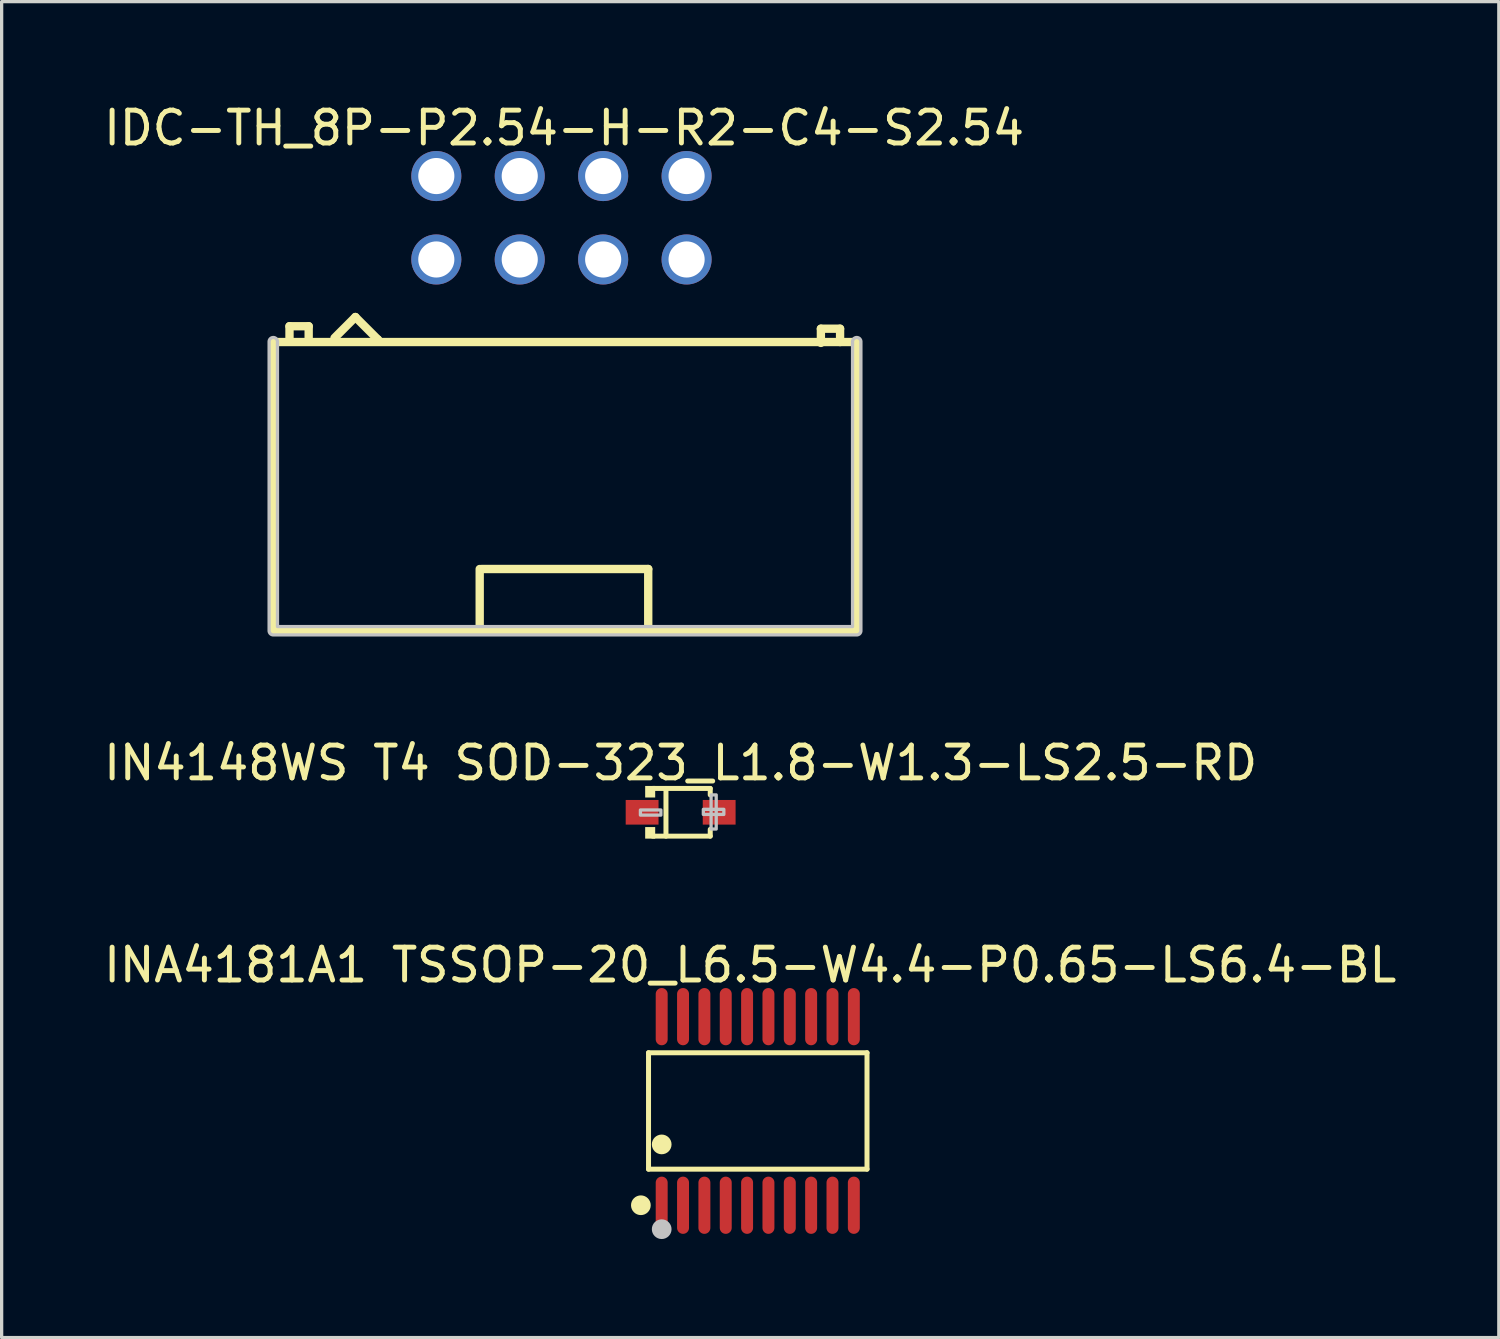
<source format=kicad_pcb>
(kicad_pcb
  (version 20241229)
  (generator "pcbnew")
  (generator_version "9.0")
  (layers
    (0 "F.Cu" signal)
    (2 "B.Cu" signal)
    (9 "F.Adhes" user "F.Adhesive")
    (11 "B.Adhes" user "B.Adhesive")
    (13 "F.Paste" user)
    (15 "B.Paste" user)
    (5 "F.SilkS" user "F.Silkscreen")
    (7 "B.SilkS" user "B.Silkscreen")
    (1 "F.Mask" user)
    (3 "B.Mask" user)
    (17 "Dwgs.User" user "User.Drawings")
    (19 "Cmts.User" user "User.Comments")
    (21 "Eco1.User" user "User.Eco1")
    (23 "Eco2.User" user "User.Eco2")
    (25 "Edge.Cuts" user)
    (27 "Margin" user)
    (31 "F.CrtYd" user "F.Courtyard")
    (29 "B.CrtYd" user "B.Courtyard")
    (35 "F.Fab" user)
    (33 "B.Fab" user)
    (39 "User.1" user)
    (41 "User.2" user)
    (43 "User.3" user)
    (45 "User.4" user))
  (footprint "INA4181A1 TSSOP-20_L6.5-W4.4-P0.65-LS6.4-BL"
    (layer "F.Cu")
    (at 20.021 30.774)
    (property "Reference" "INA4181A1 TSSOP-20_L6.5-W4.4-P0.65-LS6.4-BL" (at -0.229 -4.442 0) (unlocked yes) (layer "F.SilkS") (effects (font (size 1 1) (thickness 0.15))))
    (fp_line (start -3.326 -1.772) (end 3.326 -1.772) (stroke (width 0.152) (type default)) (layer "F.SilkS"))
    (fp_line (start -3.326 1.772) (end -3.326 -1.772) (stroke (width 0.152) (type default)) (layer "F.SilkS"))
    (fp_line (start 3.326 -1.772) (end 3.326 1.772) (stroke (width 0.152) (type default)) (layer "F.SilkS"))
    (fp_line (start 3.326 1.772) (end -3.326 1.772) (stroke (width 0.152) (type default)) (layer "F.SilkS"))
    (fp_circle (center -3.559 2.871) (end -3.409 2.871) (stroke (width 0.3) (type default)) (fill no) (layer "F.SilkS"))
    (fp_circle (center -2.925 1.019) (end -2.775 1.019) (stroke (width 0.3) (type default)) (fill no) (layer "F.SilkS"))
    (fp_circle (center -2.925 3.6) (end -2.775 3.6) (stroke (width 0.3) (type default)) (fill no) (layer "Dwgs.User"))
    (fp_poly (pts (xy -3.055 -3.2) (xy -3.055 -2.6) (xy -2.795 -2.6) (xy -2.795 -3.2)) (stroke (width 0.1) (type default)) (fill no) (layer "User.1"))
    (fp_poly (pts (xy -3.055 -2.61) (xy -3.055 -2.19) (xy -2.795 -2.19) (xy -2.795 -2.61)) (stroke (width 0.1) (type default)) (fill no) (layer "User.1"))
    (fp_poly (pts (xy -3.055 2.61) (xy -3.055 2.19) (xy -2.795 2.19) (xy -2.795 2.61)) (stroke (width 0.1) (type default)) (fill no) (layer "User.1"))
    (fp_poly (pts (xy -3.055 3.2) (xy -3.055 2.6) (xy -2.795 2.6) (xy -2.795 3.2)) (stroke (width 0.1) (type default)) (fill no) (layer "User.1"))
    (fp_poly (pts (xy -2.405 -3.2) (xy -2.405 -2.6) (xy -2.145 -2.6) (xy -2.145 -3.2)) (stroke (width 0.1) (type default)) (fill no) (layer "User.1"))
    (fp_poly (pts (xy -2.405 -2.61) (xy -2.405 -2.19) (xy -2.145 -2.19) (xy -2.145 -2.61)) (stroke (width 0.1) (type default)) (fill no) (layer "User.1"))
    (fp_poly (pts (xy -2.405 2.61) (xy -2.405 2.19) (xy -2.145 2.19) (xy -2.145 2.61)) (stroke (width 0.1) (type default)) (fill no) (layer "User.1"))
    (fp_poly (pts (xy -2.405 3.2) (xy -2.405 2.6) (xy -2.145 2.6) (xy -2.145 3.2)) (stroke (width 0.1) (type default)) (fill no) (layer "User.1"))
    (fp_poly (pts (xy -1.755 -3.2) (xy -1.755 -2.6) (xy -1.495 -2.6) (xy -1.495 -3.2)) (stroke (width 0.1) (type default)) (fill no) (layer "User.1"))
    (fp_poly (pts (xy -1.755 -2.61) (xy -1.755 -2.19) (xy -1.495 -2.19) (xy -1.495 -2.61)) (stroke (width 0.1) (type default)) (fill no) (layer "User.1"))
    (fp_poly (pts (xy -1.755 2.61) (xy -1.755 2.19) (xy -1.495 2.19) (xy -1.495 2.61)) (stroke (width 0.1) (type default)) (fill no) (layer "User.1"))
    (fp_poly (pts (xy -1.755 3.2) (xy -1.755 2.6) (xy -1.495 2.6) (xy -1.495 3.2)) (stroke (width 0.1) (type default)) (fill no) (layer "User.1"))
    (fp_poly (pts (xy -1.105 -3.2) (xy -1.105 -2.6) (xy -0.845 -2.6) (xy -0.845 -3.2)) (stroke (width 0.1) (type default)) (fill no) (layer "User.1"))
    (fp_poly (pts (xy -1.105 -2.61) (xy -1.105 -2.19) (xy -0.845 -2.19) (xy -0.845 -2.61)) (stroke (width 0.1) (type default)) (fill no) (layer "User.1"))
    (fp_poly (pts (xy -1.105 2.61) (xy -1.105 2.19) (xy -0.845 2.19) (xy -0.845 2.61)) (stroke (width 0.1) (type default)) (fill no) (layer "User.1"))
    (fp_poly (pts (xy -1.105 3.2) (xy -1.105 2.6) (xy -0.845 2.6) (xy -0.845 3.2)) (stroke (width 0.1) (type default)) (fill no) (layer "User.1"))
    (fp_poly (pts (xy -0.455 -3.2) (xy -0.455 -2.6) (xy -0.195 -2.6) (xy -0.195 -3.2)) (stroke (width 0.1) (type default)) (fill no) (layer "User.1"))
    (fp_poly (pts (xy -0.455 -2.61) (xy -0.455 -2.19) (xy -0.195 -2.19) (xy -0.195 -2.61)) (stroke (width 0.1) (type default)) (fill no) (layer "User.1"))
    (fp_poly (pts (xy -0.455 2.61) (xy -0.455 2.19) (xy -0.195 2.19) (xy -0.195 2.61)) (stroke (width 0.1) (type default)) (fill no) (layer "User.1"))
    (fp_poly (pts (xy -0.455 3.2) (xy -0.455 2.6) (xy -0.195 2.6) (xy -0.195 3.2)) (stroke (width 0.1) (type default)) (fill no) (layer "User.1"))
    (fp_poly (pts (xy 0.195 -3.2) (xy 0.195 -2.6) (xy 0.455 -2.6) (xy 0.455 -3.2)) (stroke (width 0.1) (type default)) (fill no) (layer "User.1"))
    (fp_poly (pts (xy 0.195 -2.61) (xy 0.195 -2.19) (xy 0.455 -2.19) (xy 0.455 -2.61)) (stroke (width 0.1) (type default)) (fill no) (layer "User.1"))
    (fp_poly (pts (xy 0.195 2.61) (xy 0.195 2.19) (xy 0.455 2.19) (xy 0.455 2.61)) (stroke (width 0.1) (type default)) (fill no) (layer "User.1"))
    (fp_poly (pts (xy 0.195 3.2) (xy 0.195 2.6) (xy 0.455 2.6) (xy 0.455 3.2)) (stroke (width 0.1) (type default)) (fill no) (layer "User.1"))
    (fp_poly (pts (xy 0.845 -3.2) (xy 0.845 -2.6) (xy 1.105 -2.6) (xy 1.105 -3.2)) (stroke (width 0.1) (type default)) (fill no) (layer "User.1"))
    (fp_poly (pts (xy 0.845 -2.61) (xy 0.845 -2.19) (xy 1.105 -2.19) (xy 1.105 -2.61)) (stroke (width 0.1) (type default)) (fill no) (layer "User.1"))
    (fp_poly (pts (xy 0.845 2.61) (xy 0.845 2.19) (xy 1.105 2.19) (xy 1.105 2.61)) (stroke (width 0.1) (type default)) (fill no) (layer "User.1"))
    (fp_poly (pts (xy 0.845 3.2) (xy 0.845 2.6) (xy 1.105 2.6) (xy 1.105 3.2)) (stroke (width 0.1) (type default)) (fill no) (layer "User.1"))
    (fp_poly (pts (xy 1.495 -3.2) (xy 1.495 -2.6) (xy 1.755 -2.6) (xy 1.755 -3.2)) (stroke (width 0.1) (type default)) (fill no) (layer "User.1"))
    (fp_poly (pts (xy 1.495 -2.61) (xy 1.495 -2.19) (xy 1.755 -2.19) (xy 1.755 -2.61)) (stroke (width 0.1) (type default)) (fill no) (layer "User.1"))
    (fp_poly (pts (xy 1.495 2.61) (xy 1.495 2.19) (xy 1.755 2.19) (xy 1.755 2.61)) (stroke (width 0.1) (type default)) (fill no) (layer "User.1"))
    (fp_poly (pts (xy 1.495 3.2) (xy 1.495 2.6) (xy 1.755 2.6) (xy 1.755 3.2)) (stroke (width 0.1) (type default)) (fill no) (layer "User.1"))
    (fp_poly (pts (xy 2.145 -3.2) (xy 2.145 -2.6) (xy 2.405 -2.6) (xy 2.405 -3.2)) (stroke (width 0.1) (type default)) (fill no) (layer "User.1"))
    (fp_poly (pts (xy 2.145 -2.61) (xy 2.145 -2.19) (xy 2.405 -2.19) (xy 2.405 -2.61)) (stroke (width 0.1) (type default)) (fill no) (layer "User.1"))
    (fp_poly (pts (xy 2.145 2.61) (xy 2.145 2.19) (xy 2.405 2.19) (xy 2.405 2.61)) (stroke (width 0.1) (type default)) (fill no) (layer "User.1"))
    (fp_poly (pts (xy 2.145 3.2) (xy 2.145 2.6) (xy 2.405 2.6) (xy 2.405 3.2)) (stroke (width 0.1) (type default)) (fill no) (layer "User.1"))
    (fp_poly (pts (xy 2.795 -3.2) (xy 2.795 -2.6) (xy 3.055 -2.6) (xy 3.055 -3.2)) (stroke (width 0.1) (type default)) (fill no) (layer "User.1"))
    (fp_poly (pts (xy 2.795 -2.61) (xy 2.795 -2.19) (xy 3.055 -2.19) (xy 3.055 -2.61)) (stroke (width 0.1) (type default)) (fill no) (layer "User.1"))
    (fp_poly (pts (xy 2.795 2.61) (xy 2.795 2.19) (xy 3.055 2.19) (xy 3.055 2.61)) (stroke (width 0.1) (type default)) (fill no) (layer "User.1"))
    (fp_poly (pts (xy 2.795 3.2) (xy 2.795 2.6) (xy 3.055 2.6) (xy 3.055 3.2)) (stroke (width 0.1) (type default)) (fill no) (layer "User.1"))
    (fp_line (start -3.25 -2.2) (end 3.25 -2.2) (stroke (width 0.051) (type default)) (layer "User.2"))
    (fp_line (start -3.25 2.2) (end -3.25 -2.2) (stroke (width 0.051) (type default)) (layer "User.2"))
    (fp_line (start 3.25 -2.2) (end 3.25 2.2) (stroke (width 0.051) (type default)) (layer "User.2"))
    (fp_line (start 3.25 2.2) (end -3.25 2.2) (stroke (width 0.051) (type default)) (layer "User.2"))
    (fp_poly (pts (xy -3.19 3.2) (xy -3.208 3.158) (xy -3.25 3.14) (xy -3.292 3.158) (xy -3.31 3.2) (xy -3.292 3.242) (xy -3.25 3.26) (xy -3.208 3.242)) (stroke (width 0.1) (type default)) (fill no) (layer "User.3"))
    (pad "1" smd oval (at -2.925 2.871) (size 0.364 1.742) (layers "F.Cu" "F.Mask" "F.Paste"))
    (pad "2" smd oval (at -2.275 2.871) (size 0.364 1.742) (layers "F.Cu" "F.Mask" "F.Paste"))
    (pad "3" smd oval (at -1.625 2.871) (size 0.364 1.742) (layers "F.Cu" "F.Mask" "F.Paste"))
    (pad "4" smd oval (at -0.975 2.871) (size 0.364 1.742) (layers "F.Cu" "F.Mask" "F.Paste"))
    (pad "5" smd oval (at -0.325 2.871) (size 0.364 1.742) (layers "F.Cu" "F.Mask" "F.Paste"))
    (pad "6" smd oval (at 0.325 2.871) (size 0.364 1.742) (layers "F.Cu" "F.Mask" "F.Paste"))
    (pad "7" smd oval (at 0.975 2.871) (size 0.364 1.742) (layers "F.Cu" "F.Mask" "F.Paste"))
    (pad "8" smd oval (at 1.625 2.871) (size 0.364 1.742) (layers "F.Cu" "F.Mask" "F.Paste"))
    (pad "9" smd oval (at 2.275 2.871) (size 0.364 1.742) (layers "F.Cu" "F.Mask" "F.Paste"))
    (pad "10" smd oval (at 2.925 2.871) (size 0.364 1.742) (layers "F.Cu" "F.Mask" "F.Paste"))
    (pad "11" smd oval (at 2.925 -2.871) (size 0.364 1.742) (layers "F.Cu" "F.Mask" "F.Paste"))
    (pad "12" smd oval (at 2.275 -2.871) (size 0.364 1.742) (layers "F.Cu" "F.Mask" "F.Paste"))
    (pad "13" smd oval (at 1.625 -2.871) (size 0.364 1.742) (layers "F.Cu" "F.Mask" "F.Paste"))
    (pad "14" smd oval (at 0.975 -2.871) (size 0.364 1.742) (layers "F.Cu" "F.Mask" "F.Paste"))
    (pad "15" smd oval (at 0.325 -2.871) (size 0.364 1.742) (layers "F.Cu" "F.Mask" "F.Paste"))
    (pad "16" smd oval (at -0.325 -2.871) (size 0.364 1.742) (layers "F.Cu" "F.Mask" "F.Paste"))
    (pad "17" smd oval (at -0.975 -2.871) (size 0.364 1.742) (layers "F.Cu" "F.Mask" "F.Paste"))
    (pad "18" smd oval (at -1.625 -2.871) (size 0.364 1.742) (layers "F.Cu" "F.Mask" "F.Paste"))
    (pad "19" smd oval (at -2.275 -2.871) (size 0.364 1.742) (layers "F.Cu" "F.Mask" "F.Paste"))
    (pad "20" smd oval (at -2.925 -2.871) (size 0.364 1.742) (layers "F.Cu" "F.Mask" "F.Paste")))
  (footprint "IDC-TH_8P-P2.54-H-R2-C4-S2.54"
    (layer "F.Cu")
    (at 14.044 3.58)
    (property "Reference" "IDC-TH_8P-P2.54-H-R2-C4-S2.54" (at 0.081 -2.732 0) (unlocked yes) (layer "F.SilkS") (effects (font (size 1 1) (thickness 0.15))))
    (fp_line (start -8.793 3.784) (end 8.966 3.784) (stroke (width 0.254) (type default)) (layer "F.SilkS"))
    (fp_line (start -8.774 12.573) (end -8.774 3.773) (stroke (width 0.254) (type default)) (layer "F.SilkS"))
    (fp_line (start -8.28 3.302) (end -7.696 3.302) (stroke (width 0.254) (type default)) (layer "F.SilkS"))
    (fp_line (start -8.28 3.734) (end -8.28 3.302) (stroke (width 0.254) (type default)) (layer "F.SilkS"))
    (fp_line (start -7.696 3.302) (end -7.696 3.708) (stroke (width 0.254) (type default)) (layer "F.SilkS"))
    (fp_line (start -6.909 3.658) (end -6.274 3.022) (stroke (width 0.254) (type default)) (layer "F.SilkS"))
    (fp_line (start -6.274 3.022) (end -5.588 3.708) (stroke (width 0.254) (type default)) (layer "F.SilkS"))
    (fp_line (start -5.588 3.708) (end -5.588 3.734) (stroke (width 0.254) (type default)) (layer "F.SilkS"))
    (fp_line (start -2.489 10.694) (end -2.489 12.497) (stroke (width 0.254) (type default)) (layer "F.SilkS"))
    (fp_line (start -2.489 12.497) (end -2.514 12.522) (stroke (width 0.254) (type default)) (layer "F.SilkS"))
    (fp_line (start -2.438 10.694) (end 2.642 10.694) (stroke (width 0.254) (type default)) (layer "F.SilkS"))
    (fp_line (start 2.642 10.694) (end 2.642 12.522) (stroke (width 0.254) (type default)) (layer "F.SilkS"))
    (fp_line (start 2.642 12.522) (end 2.667 12.547) (stroke (width 0.254) (type default)) (layer "F.SilkS"))
    (fp_line (start 7.899 3.378) (end 8.483 3.378) (stroke (width 0.254) (type default)) (layer "F.SilkS"))
    (fp_line (start 7.899 3.81) (end 7.899 3.378) (stroke (width 0.254) (type default)) (layer "F.SilkS"))
    (fp_line (start 8.483 3.378) (end 8.483 3.784) (stroke (width 0.254) (type default)) (layer "F.SilkS"))
    (fp_line (start 8.99 3.773) (end 8.99 12.573) (stroke (width 0.254) (type default)) (layer "F.SilkS"))
    (fp_line (start 8.99 12.573) (end -8.774 12.573) (stroke (width 0.254) (type default)) (layer "F.SilkS"))
    (fp_poly (pts (arc (start 8.863 3.773) (mid 8.99 3.646) (end 9.117 3.773)) (arc (start 9.117 12.573) (mid 9.079803 12.662803) (end 8.99 12.7)) (arc (start -8.7735 12.7) (mid -8.863303 12.662803) (end -8.9005 12.573)) (arc (start -8.9005 3.773) (mid -8.7735 3.646) (end -8.6465 3.773)) (xy -8.646 12.446) (xy 8.863 12.446)) (stroke (width 0.1) (type default)) (fill no) (layer "Dwgs.User"))
    (fp_poly (pts (xy -4.13 -1.59) (xy -3.49 -1.59) (xy -3.49 -0.95) (xy -4.13 -0.95)) (stroke (width 0.1) (type default)) (fill no) (layer "User.1"))
    (fp_poly (pts (xy -4.13 -1.59) (xy -3.49 -1.59) (xy -3.49 3.55) (xy -4.13 3.55)) (stroke (width 0.1) (type default)) (fill no) (layer "User.1"))
    (fp_poly (pts (xy -4.13 0.95) (xy -3.49 0.95) (xy -3.49 1.59) (xy -4.13 1.59)) (stroke (width 0.1) (type default)) (fill no) (layer "User.1"))
    (fp_poly (pts (xy -1.59 -1.59) (xy -0.95 -1.59) (xy -0.95 -0.95) (xy -1.59 -0.95)) (stroke (width 0.1) (type default)) (fill no) (layer "User.1"))
    (fp_poly (pts (xy -1.59 -1.59) (xy -0.95 -1.59) (xy -0.95 3.55) (xy -1.59 3.55)) (stroke (width 0.1) (type default)) (fill no) (layer "User.1"))
    (fp_poly (pts (xy -1.59 0.95) (xy -0.95 0.95) (xy -0.95 1.59) (xy -1.59 1.59)) (stroke (width 0.1) (type default)) (fill no) (layer "User.1"))
    (fp_poly (pts (xy 0.95 -1.59) (xy 1.59 -1.59) (xy 1.59 -0.95) (xy 0.95 -0.95)) (stroke (width 0.1) (type default)) (fill no) (layer "User.1"))
    (fp_poly (pts (xy 0.95 -1.59) (xy 1.59 -1.59) (xy 1.59 3.55) (xy 0.95 3.55)) (stroke (width 0.1) (type default)) (fill no) (layer "User.1"))
    (fp_poly (pts (xy 0.95 0.95) (xy 1.59 0.95) (xy 1.59 1.59) (xy 0.95 1.59)) (stroke (width 0.1) (type default)) (fill no) (layer "User.1"))
    (fp_poly (pts (xy 3.49 -1.59) (xy 4.13 -1.59) (xy 4.13 -0.95) (xy 3.49 -0.95)) (stroke (width 0.1) (type default)) (fill no) (layer "User.1"))
    (fp_poly (pts (xy 3.49 -1.59) (xy 4.13 -1.59) (xy 4.13 3.55) (xy 3.49 3.55)) (stroke (width 0.1) (type default)) (fill no) (layer "User.1"))
    (fp_poly (pts (xy 3.49 0.95) (xy 4.13 0.95) (xy 4.13 1.59) (xy 3.49 1.59)) (stroke (width 0.1) (type default)) (fill no) (layer "User.1"))
    (fp_line (start -8.895 3.5) (end 8.895 3.5) (stroke (width 0.051) (type default)) (layer "User.2"))
    (fp_line (start -8.895 12.5) (end -8.895 3.5) (stroke (width 0.051) (type default)) (layer "User.2"))
    (fp_line (start 8.895 3.5) (end 8.895 12.5) (stroke (width 0.051) (type default)) (layer "User.2"))
    (fp_line (start 8.895 12.5) (end -8.895 12.5) (stroke (width 0.051) (type default)) (layer "User.2"))
    (fp_poly (pts (xy -8.835 -1.56) (xy -8.853 -1.602) (xy -8.895 -1.62) (xy -8.937 -1.602) (xy -8.955 -1.56) (xy -8.937 -1.518) (xy -8.895 -1.5) (xy -8.853 -1.518)) (stroke (width 0.1) (type default)) (fill no) (layer "User.3"))
    (pad "1" thru_hole circle (at -3.81 1.27) (size 1.524 1.524) (drill 1.1) (layers "*.Cu" "*.Mask"))
    (pad "2" thru_hole circle (at -3.81 -1.27) (size 1.524 1.524) (drill 1.1) (layers "*.Cu" "*.Mask"))
    (pad "3" thru_hole circle (at -1.27 1.27) (size 1.524 1.524) (drill 1.1) (layers "*.Cu" "*.Mask"))
    (pad "4" thru_hole circle (at -1.27 -1.27) (size 1.524 1.524) (drill 1.1) (layers "*.Cu" "*.Mask"))
    (pad "5" thru_hole circle (at 1.27 1.27) (size 1.524 1.524) (drill 1.1) (layers "*.Cu" "*.Mask"))
    (pad "6" thru_hole circle (at 1.27 -1.27) (size 1.524 1.524) (drill 1.1) (layers "*.Cu" "*.Mask"))
    (pad "7" thru_hole circle (at 3.81 1.27) (size 1.524 1.524) (drill 1.1) (layers "*.Cu" "*.Mask"))
    (pad "8" thru_hole circle (at 3.81 -1.27) (size 1.524 1.524) (drill 1.1) (layers "*.Cu" "*.Mask")))
  (footprint "IN4148WS T4 SOD-323_L1.8-W1.3-LS2.5-RD"
    (layer "F.Cu")
    (at 17.673 21.681)
    (property "Reference" "IN4148WS T4 SOD-323_L1.8-W1.3-LS2.5-RD" (at 0 -1.502 0) (unlocked yes) (layer "F.SilkS") (effects (font (size 1 1) (thickness 0.15))))
    (fp_line (start -0.851 -0.726) (end 0.901 -0.726) (stroke (width 0.152) (type default)) (layer "F.SilkS"))
    (fp_line (start -0.851 0.726) (end 0.901 0.726) (stroke (width 0.152) (type default)) (layer "F.SilkS"))
    (fp_line (start -0.447 -0.726) (end -0.447 0.726) (stroke (width 0.152) (type default)) (layer "F.SilkS"))
    (fp_line (start 0.901 -0.726) (end 0.901 -0.53) (stroke (width 0.152) (type default)) (layer "F.SilkS"))
    (fp_line (start 0.901 0.726) (end 0.901 0.52) (stroke (width 0.152) (type default)) (layer "F.SilkS"))
    (fp_poly (pts (xy -0.775 -0.802) (xy -0.775 -0.45) (xy -1.08 -0.45) (xy -1.08 -0.802)) (stroke (width 0) (type default)) (fill yes) (layer "F.SilkS"))
    (fp_poly (pts (xy -0.775 0.802) (xy -0.775 0.45) (xy -1.08 0.45) (xy -1.08 0.802)) (stroke (width 0) (type default)) (fill yes) (layer "F.SilkS"))
    (fp_poly (pts (xy -1.225 -0.07) (xy -1.225 0.086) (xy -0.601 0.086) (xy -0.601 -0.07)) (stroke (width 0.1) (type default)) (fill no) (layer "Dwgs.User"))
    (fp_poly (pts (xy 1.083 -0.53) (xy 1.083 0.51) (xy 0.927 0.51) (xy 0.927 -0.53)) (stroke (width 0.1) (type default)) (fill no) (layer "Dwgs.User"))
    (fp_poly (pts (xy 1.315 -0.09) (xy 1.315 0.066) (xy 0.691 0.066) (xy 0.691 -0.09)) (stroke (width 0.1) (type default)) (fill no) (layer "Dwgs.User"))
    (fp_poly (pts (xy -0.925 -0.16) (xy -0.925 0.16) (xy -1.225 0.16) (xy -1.225 -0.16)) (stroke (width 0.1) (type default)) (fill no) (layer "User.1"))
    (fp_poly (pts (xy -0.815 -0.16) (xy -0.815 0.16) (xy -0.935 0.16) (xy -0.935 -0.16)) (stroke (width 0.1) (type default)) (fill no) (layer "User.1"))
    (fp_poly (pts (xy 0.985 -0.16) (xy 0.985 0.16) (xy 0.865 0.16) (xy 0.865 -0.16)) (stroke (width 0.1) (type default)) (fill no) (layer "User.1"))
    (fp_poly (pts (xy 1.275 -0.16) (xy 1.275 0.16) (xy 0.975 0.16) (xy 0.975 -0.16)) (stroke (width 0.1) (type default)) (fill no) (layer "User.1"))
    (fp_line (start -0.825 -0.65) (end 0.875 -0.65) (stroke (width 0.051) (type default)) (layer "User.2"))
    (fp_line (start -0.825 0.65) (end -0.825 -0.65) (stroke (width 0.051) (type default)) (layer "User.2"))
    (fp_line (start 0.875 -0.65) (end 0.875 0.65) (stroke (width 0.051) (type default)) (layer "User.2"))
    (fp_line (start 0.875 0.65) (end -0.825 0.65) (stroke (width 0.051) (type default)) (layer "User.2"))
    (fp_poly (pts (xy -1.165 0.65) (xy -1.183 0.608) (xy -1.225 0.59) (xy -1.267 0.608) (xy -1.285 0.65) (xy -1.267 0.692) (xy -1.225 0.71) (xy -1.183 0.692)) (stroke (width 0.1) (type default)) (fill no) (layer "User.3"))
    (pad "1" smd rect (at -1.173 0) (size 1 0.75) (layers "F.Cu" "F.Mask" "F.Paste"))
    (pad "2" smd rect (at 1.173 0) (size 1 0.75) (layers "F.Cu" "F.Mask" "F.Paste")))
  (gr_rect
    (start -3 -3)
    (end 42.583 37.674)
    (stroke (width 0.1) (type default))
    (fill no)
    (layer "Edge.Cuts")))
</source>
